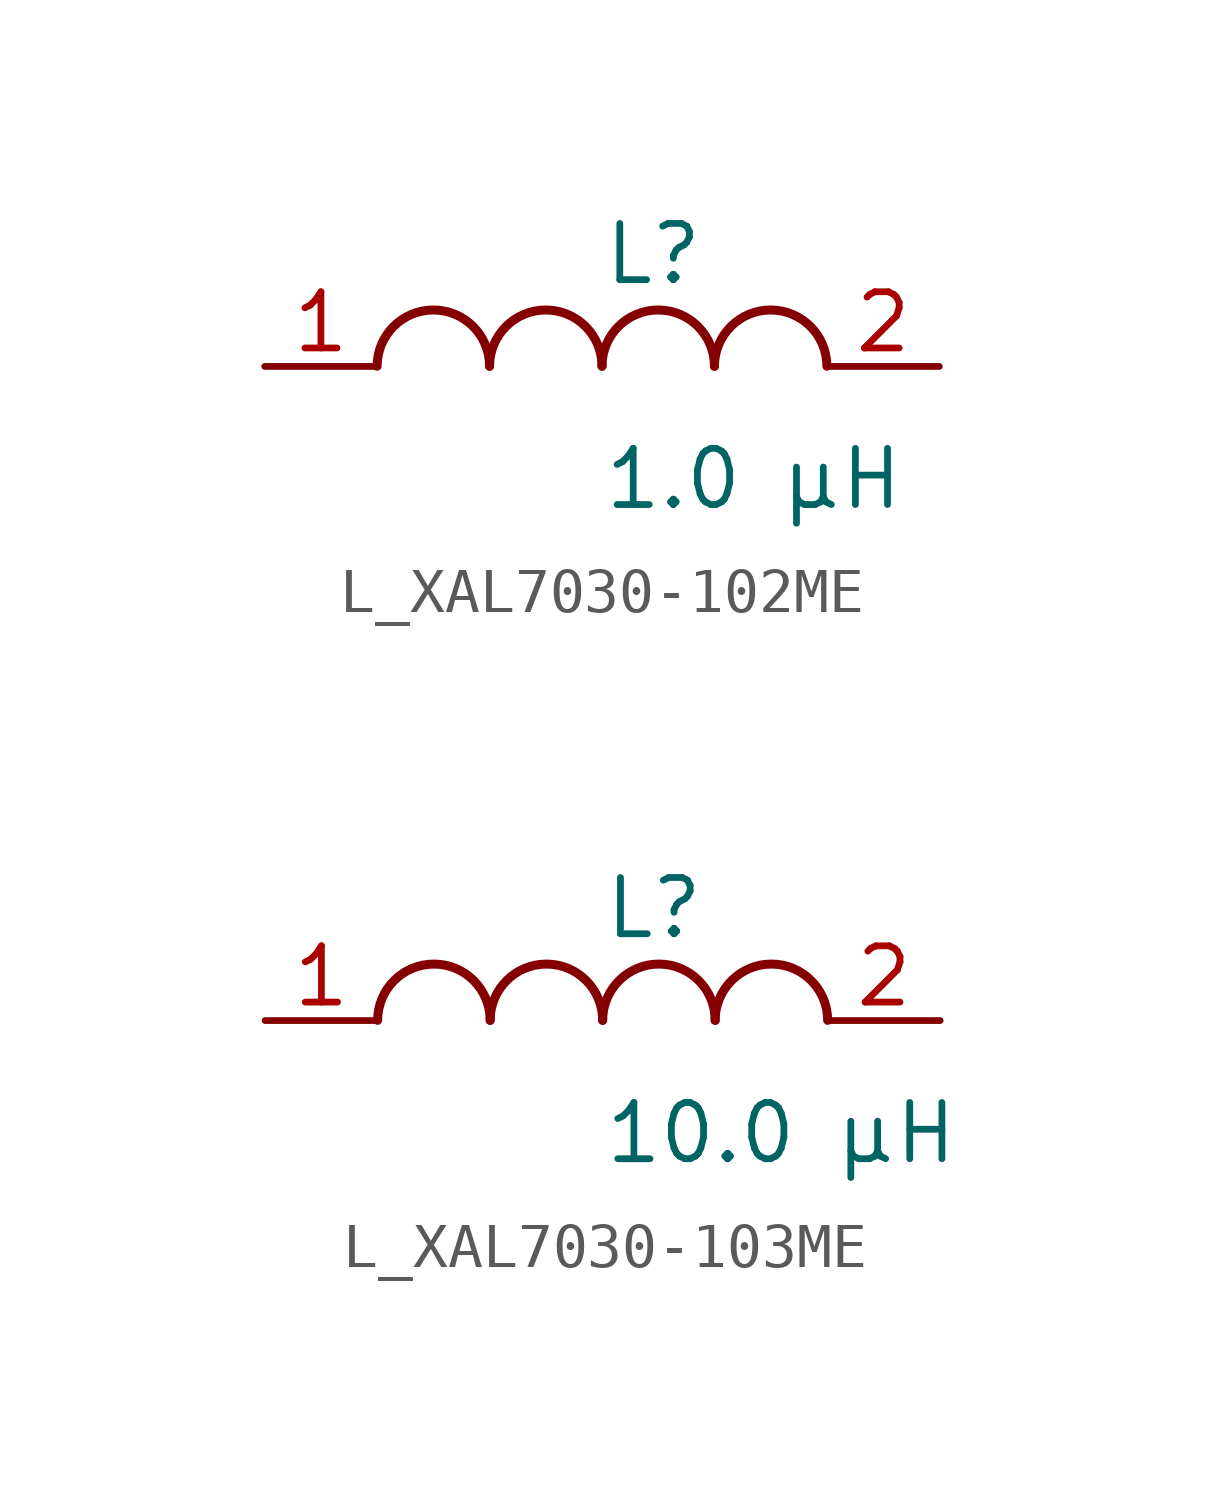
<source format=kicad_sym>
(kicad_symbol_lib
  (version 20231120)
  (generator kicad_symbol_editor)
  (generator_version 8.0)
  (symbol "L_XAL7030-102ME"
    (pin_names
      (offset 0.254))
    (property "Reference" "L"
      (at 0 2.54 0)
      (effects (font (size 1.27 1.27)) (justify left)))
    (property "Value" "1.0 µH"
      (at 0 -2.54 0)
      (effects (font (size 1.27 1.27)) (justify left)))
    (symbol "L_XAL7030-102ME_1_1"
      (arc (start -2.54 0.0056) (mid -3.81 1.27) (end -5.08 0.0056) (stroke (width 0.2032) (type default)) (fill (type none)))
      (arc (start 0 0.0056) (mid -1.27 1.27) (end -2.54 0.0056) (stroke (width 0.2032) (type default)) (fill (type none)))
      (arc (start 2.54 0.0056) (mid 1.27 1.27) (end 0 0.0056) (stroke (width 0.2032) (type default)) (fill (type none)))
      (arc (start 5.08 0.0056) (mid 3.81 1.27) (end 2.54 0.0056) (stroke (width 0.2032) (type default)) (fill (type none)))
      (pin unspecified line (at -7.62 0 0) (length 2.54) (name "" (effects (font (size 1.27 1.27)))) (number "1" (effects (font (size 1.27 1.27)))))
      (pin unspecified line (at 7.62 0 180) (length 2.54) (name "" (effects (font (size 1.27 1.27)))) (number "2" (effects (font (size 1.27 1.27)))))))
  (symbol "L_XAL7030-103ME"
    (pin_names
      (offset 0.254))
    (property "Reference" "L"
      (at 0 2.54 0)
      (effects (font (size 1.27 1.27)) (justify left)))
    (property "Value" "10.0 µH"
      (at 0 -2.54 0)
      (effects (font (size 1.27 1.27)) (justify left)))
    (symbol "L_XAL7030-103ME_1_1"
      (arc (start -2.54 0.0056) (mid -3.81 1.27) (end -5.08 0.0056) (stroke (width 0.2032) (type default)) (fill (type none)))
      (arc (start 0 0.0056) (mid -1.27 1.27) (end -2.54 0.0056) (stroke (width 0.2032) (type default)) (fill (type none)))
      (arc (start 2.54 0.0056) (mid 1.27 1.27) (end 0 0.0056) (stroke (width 0.2032) (type default)) (fill (type none)))
      (arc (start 5.08 0.0056) (mid 3.81 1.27) (end 2.54 0.0056) (stroke (width 0.2032) (type default)) (fill (type none)))
      (pin unspecified line (at -7.62 0 0) (length 2.54) (name "" (effects (font (size 1.27 1.27)))) (number "1" (effects (font (size 1.27 1.27)))))
      (pin unspecified line (at 7.62 0 180) (length 2.54) (name "" (effects (font (size 1.27 1.27)))) (number "2" (effects (font (size 1.27 1.27))))))))
</source>
